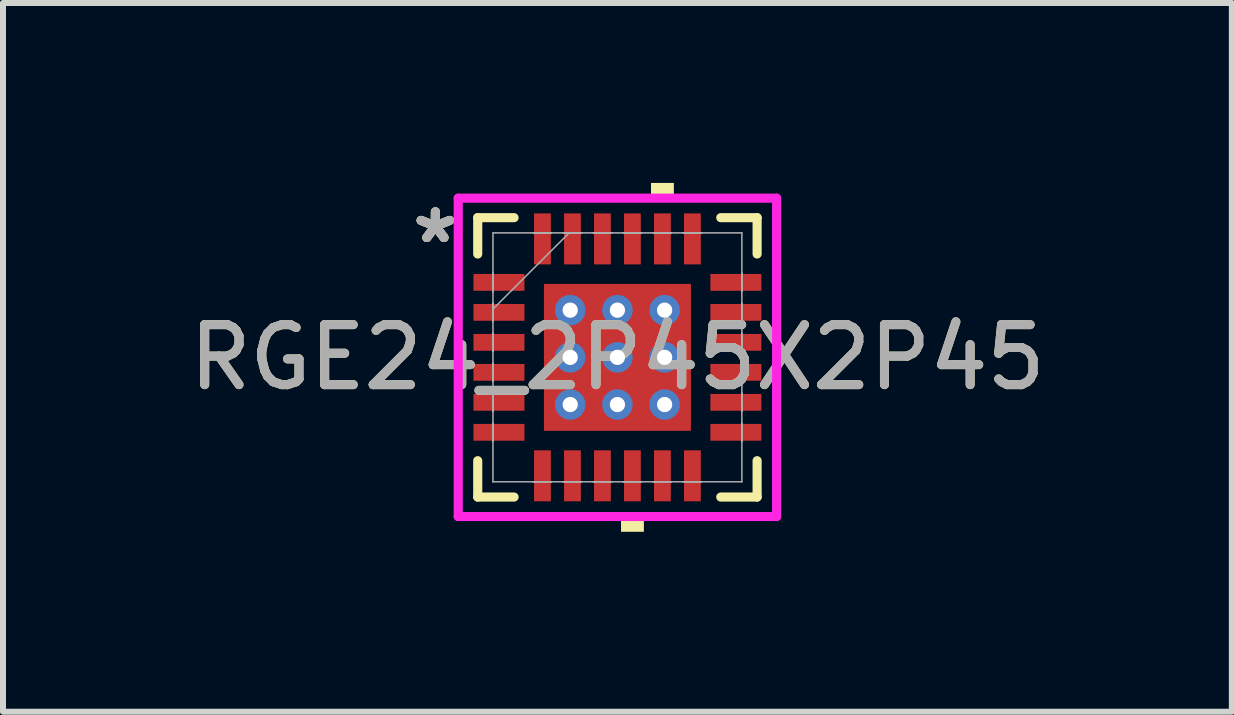
<source format=kicad_pcb>
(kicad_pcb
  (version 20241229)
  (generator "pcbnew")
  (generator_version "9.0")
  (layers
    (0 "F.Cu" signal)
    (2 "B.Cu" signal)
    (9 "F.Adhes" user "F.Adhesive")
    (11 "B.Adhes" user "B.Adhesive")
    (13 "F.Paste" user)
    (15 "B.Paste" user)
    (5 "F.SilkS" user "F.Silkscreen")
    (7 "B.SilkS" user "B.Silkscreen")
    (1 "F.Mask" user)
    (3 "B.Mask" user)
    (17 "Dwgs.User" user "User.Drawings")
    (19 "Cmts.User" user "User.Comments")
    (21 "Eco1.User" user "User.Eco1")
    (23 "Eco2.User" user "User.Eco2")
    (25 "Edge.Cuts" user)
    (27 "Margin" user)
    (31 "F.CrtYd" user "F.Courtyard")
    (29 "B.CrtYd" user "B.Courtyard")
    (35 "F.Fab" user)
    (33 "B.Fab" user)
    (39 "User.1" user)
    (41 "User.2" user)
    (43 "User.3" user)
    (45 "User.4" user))
  (footprint "RGE24_2P45X2P45"
    (layer "F.Cu")
    (at 7.244 2.908)
    (property "Reference" "RGE24_2P45X2P45" (at 0 0 0) (unlocked yes) (layer "F.SilkS") (effects (font (size 1 1) (thickness 0.15))))
    (attr smd)
    (fp_poly (pts (xy -2.47 -1.46) (xy -2.47 -1.04) (xy -1.48 -1.04) (xy -1.48 -1.46)) (stroke (width 0) (type solid)) (fill yes) (layer "F.Mask"))
    (fp_poly (pts (xy -2.47 -0.96) (xy -2.47 -0.54) (xy -1.48 -0.54) (xy -1.48 -0.96)) (stroke (width 0) (type solid)) (fill yes) (layer "F.Mask"))
    (fp_poly (pts (xy -2.47 -0.46) (xy -2.47 -0.04) (xy -1.48 -0.04) (xy -1.48 -0.46)) (stroke (width 0) (type solid)) (fill yes) (layer "F.Mask"))
    (fp_poly (pts (xy -2.47 0.04) (xy -2.47 0.46) (xy -1.48 0.46) (xy -1.48 0.04)) (stroke (width 0) (type solid)) (fill yes) (layer "F.Mask"))
    (fp_poly (pts (xy -2.47 0.54) (xy -2.47 0.96) (xy -1.48 0.96) (xy -1.48 0.54)) (stroke (width 0) (type solid)) (fill yes) (layer "F.Mask"))
    (fp_poly (pts (xy -2.47 1.04) (xy -2.47 1.46) (xy -1.48 1.46) (xy -1.48 1.04)) (stroke (width 0) (type solid)) (fill yes) (layer "F.Mask"))
    (fp_poly (pts (xy -1.46 -2.47) (xy -1.46 -1.48) (xy -1.041 -1.48) (xy -1.041 -2.47)) (stroke (width 0) (type solid)) (fill yes) (layer "F.Mask"))
    (fp_poly (pts (xy -1.46 1.48) (xy -1.46 2.47) (xy -1.041 2.47) (xy -1.041 1.48)) (stroke (width 0) (type solid)) (fill yes) (layer "F.Mask"))
    (fp_poly (pts (xy -1.288 -1.288) (xy -0.987 -1.288) (xy -0.987 1.288) (xy -1.288 1.288)) (stroke (width 0) (type solid)) (fill yes) (layer "F.Mask"))
    (fp_poly (pts (xy -1.288 -1.288) (xy 1.288 -1.288) (xy 1.288 -0.987) (xy -1.288 -0.987)) (stroke (width 0) (type solid)) (fill yes) (layer "F.Mask"))
    (fp_poly (pts (xy -1.288 -0.587) (xy 1.288 -0.587) (xy 1.288 -0.2) (xy -1.288 -0.2)) (stroke (width 0) (type solid)) (fill yes) (layer "F.Mask"))
    (fp_poly (pts (xy -1.288 0.2) (xy 1.288 0.2) (xy 1.288 0.587) (xy -1.288 0.587)) (stroke (width 0) (type solid)) (fill yes) (layer "F.Mask"))
    (fp_poly (pts (xy -1.288 0.987) (xy 1.288 0.987) (xy 1.288 1.288) (xy -1.288 1.288)) (stroke (width 0) (type solid)) (fill yes) (layer "F.Mask"))
    (fp_poly (pts (xy -0.96 -2.47) (xy -0.96 -1.48) (xy -0.541 -1.48) (xy -0.541 -2.47)) (stroke (width 0) (type solid)) (fill yes) (layer "F.Mask"))
    (fp_poly (pts (xy -0.96 1.48) (xy -0.96 2.47) (xy -0.541 2.47) (xy -0.541 1.48)) (stroke (width 0) (type solid)) (fill yes) (layer "F.Mask"))
    (fp_poly (pts (xy -0.46 -2.47) (xy -0.46 -1.48) (xy -0.04 -1.48) (xy -0.04 -2.47)) (stroke (width 0) (type solid)) (fill yes) (layer "F.Mask"))
    (fp_poly (pts (xy -0.46 1.48) (xy -0.46 2.47) (xy -0.04 2.47) (xy -0.04 1.48)) (stroke (width 0) (type solid)) (fill yes) (layer "F.Mask"))
    (fp_poly (pts (xy -0.2 -1.288) (xy -0.587 -1.288) (xy -0.587 1.288) (xy -0.2 1.288)) (stroke (width 0) (type solid)) (fill yes) (layer "F.Mask"))
    (fp_poly (pts (xy 0.04 -2.47) (xy 0.04 -1.48) (xy 0.46 -1.48) (xy 0.46 -2.47)) (stroke (width 0) (type solid)) (fill yes) (layer "F.Mask"))
    (fp_poly (pts (xy 0.04 1.48) (xy 0.04 2.47) (xy 0.46 2.47) (xy 0.46 1.48)) (stroke (width 0) (type solid)) (fill yes) (layer "F.Mask"))
    (fp_poly (pts (xy 0.541 -2.47) (xy 0.541 -1.48) (xy 0.96 -1.48) (xy 0.96 -2.47)) (stroke (width 0) (type solid)) (fill yes) (layer "F.Mask"))
    (fp_poly (pts (xy 0.541 1.48) (xy 0.541 2.47) (xy 0.96 2.47) (xy 0.96 1.48)) (stroke (width 0) (type solid)) (fill yes) (layer "F.Mask"))
    (fp_poly (pts (xy 0.587 -1.288) (xy 0.2 -1.288) (xy 0.2 1.288) (xy 0.587 1.288)) (stroke (width 0) (type solid)) (fill yes) (layer "F.Mask"))
    (fp_poly (pts (xy 0.987 -1.288) (xy 1.288 -1.288) (xy 1.288 1.288) (xy 0.987 1.288)) (stroke (width 0) (type solid)) (fill yes) (layer "F.Mask"))
    (fp_poly (pts (xy 1.041 -2.47) (xy 1.041 -1.48) (xy 1.46 -1.48) (xy 1.46 -2.47)) (stroke (width 0) (type solid)) (fill yes) (layer "F.Mask"))
    (fp_poly (pts (xy 1.041 1.48) (xy 1.041 2.47) (xy 1.46 2.47) (xy 1.46 1.48)) (stroke (width 0) (type solid)) (fill yes) (layer "F.Mask"))
    (fp_poly (pts (xy 1.48 -1.46) (xy 1.48 -1.04) (xy 2.47 -1.04) (xy 2.47 -1.46)) (stroke (width 0) (type solid)) (fill yes) (layer "F.Mask"))
    (fp_poly (pts (xy 1.48 -0.96) (xy 1.48 -0.54) (xy 2.47 -0.54) (xy 2.47 -0.96)) (stroke (width 0) (type solid)) (fill yes) (layer "F.Mask"))
    (fp_poly (pts (xy 1.48 -0.46) (xy 1.48 -0.04) (xy 2.47 -0.04) (xy 2.47 -0.46)) (stroke (width 0) (type solid)) (fill yes) (layer "F.Mask"))
    (fp_poly (pts (xy 1.48 0.04) (xy 1.48 0.46) (xy 2.47 0.46) (xy 2.47 0.04)) (stroke (width 0) (type solid)) (fill yes) (layer "F.Mask"))
    (fp_poly (pts (xy 1.48 0.54) (xy 1.48 0.96) (xy 2.47 0.96) (xy 2.47 0.54)) (stroke (width 0) (type solid)) (fill yes) (layer "F.Mask"))
    (fp_poly (pts (xy 1.48 1.04) (xy 1.48 1.46) (xy 2.47 1.46) (xy 2.47 1.04)) (stroke (width 0) (type solid)) (fill yes) (layer "F.Mask"))
    (fp_line (start -2.329 -2.329) (end -2.329 -1.723) (stroke (width 0.152) (type solid)) (layer "F.SilkS"))
    (fp_line (start -2.329 1.723) (end -2.329 2.329) (stroke (width 0.152) (type solid)) (layer "F.SilkS"))
    (fp_line (start -2.329 2.329) (end -1.723 2.329) (stroke (width 0.152) (type solid)) (layer "F.SilkS"))
    (fp_line (start -1.723 -2.329) (end -2.329 -2.329) (stroke (width 0.152) (type solid)) (layer "F.SilkS"))
    (fp_line (start 1.723 2.329) (end 2.329 2.329) (stroke (width 0.152) (type solid)) (layer "F.SilkS"))
    (fp_line (start 2.329 -2.329) (end 1.723 -2.329) (stroke (width 0.152) (type solid)) (layer "F.SilkS"))
    (fp_line (start 2.329 -1.723) (end 2.329 -2.329) (stroke (width 0.152) (type solid)) (layer "F.SilkS"))
    (fp_line (start 2.329 2.329) (end 2.329 1.723) (stroke (width 0.152) (type solid)) (layer "F.SilkS"))
    (fp_poly (pts (xy 0.06 2.654) (xy 0.06 2.908) (xy 0.441 2.908) (xy 0.441 2.654)) (stroke (width 0) (type solid)) (fill yes) (layer "F.SilkS"))
    (fp_poly (pts (xy 0.56 -2.654) (xy 0.56 -2.908) (xy 0.941 -2.908) (xy 0.941 -2.654)) (stroke (width 0) (type solid)) (fill yes) (layer "F.SilkS"))
    (fp_poly (pts (xy -2.375 -1.365) (xy -2.375 -1.135) (xy -1.575 -1.135) (xy -1.575 -1.365)) (stroke (width 0) (type solid)) (fill yes) (layer "F.Paste"))
    (fp_poly (pts (xy -2.375 -0.865) (xy -2.375 -0.635) (xy -1.575 -0.635) (xy -1.575 -0.865)) (stroke (width 0) (type solid)) (fill yes) (layer "F.Paste"))
    (fp_poly (pts (xy -2.375 -0.365) (xy -2.375 -0.135) (xy -1.575 -0.135) (xy -1.575 -0.365)) (stroke (width 0) (type solid)) (fill yes) (layer "F.Paste"))
    (fp_poly (pts (xy -2.375 0.135) (xy -2.375 0.365) (xy -1.575 0.365) (xy -1.575 0.135)) (stroke (width 0) (type solid)) (fill yes) (layer "F.Paste"))
    (fp_poly (pts (xy -2.375 0.635) (xy -2.375 0.865) (xy -1.575 0.865) (xy -1.575 0.635)) (stroke (width 0) (type solid)) (fill yes) (layer "F.Paste"))
    (fp_poly (pts (xy -2.375 1.135) (xy -2.375 1.365) (xy -1.575 1.365) (xy -1.575 1.135)) (stroke (width 0) (type solid)) (fill yes) (layer "F.Paste"))
    (fp_poly (pts (xy -1.365 -2.375) (xy -1.365 -1.575) (xy -1.135 -1.575) (xy -1.135 -2.375)) (stroke (width 0) (type solid)) (fill yes) (layer "F.Paste"))
    (fp_poly (pts (xy -1.365 1.575) (xy -1.365 2.375) (xy -1.135 2.375) (xy -1.135 1.575)) (stroke (width 0) (type solid)) (fill yes) (layer "F.Paste"))
    (fp_poly (pts (xy -0.865 -2.375) (xy -0.865 -1.575) (xy -0.635 -1.575) (xy -0.635 -2.375)) (stroke (width 0) (type solid)) (fill yes) (layer "F.Paste"))
    (fp_poly (pts (xy -0.865 1.575) (xy -0.865 2.375) (xy -0.635 2.375) (xy -0.635 1.575)) (stroke (width 0) (type solid)) (fill yes) (layer "F.Paste"))
    (fp_poly (pts (xy -0.365 -2.375) (xy -0.365 -1.575) (xy -0.135 -1.575) (xy -0.135 -2.375)) (stroke (width 0) (type solid)) (fill yes) (layer "F.Paste"))
    (fp_poly (pts (xy -0.365 1.575) (xy -0.365 2.375) (xy -0.135 2.375) (xy -0.135 1.575)) (stroke (width 0) (type solid)) (fill yes) (layer "F.Paste"))
    (fp_poly (pts (xy 0.135 -2.375) (xy 0.135 -1.575) (xy 0.365 -1.575) (xy 0.365 -2.375)) (stroke (width 0) (type solid)) (fill yes) (layer "F.Paste"))
    (fp_poly (pts (xy 0.135 1.575) (xy 0.135 2.375) (xy 0.365 2.375) (xy 0.365 1.575)) (stroke (width 0) (type solid)) (fill yes) (layer "F.Paste"))
    (fp_poly (pts (xy 0.635 -2.375) (xy 0.635 -1.575) (xy 0.865 -1.575) (xy 0.865 -2.375)) (stroke (width 0) (type solid)) (fill yes) (layer "F.Paste"))
    (fp_poly (pts (xy 0.635 1.575) (xy 0.635 2.375) (xy 0.865 2.375) (xy 0.865 1.575)) (stroke (width 0) (type solid)) (fill yes) (layer "F.Paste"))
    (fp_poly (pts (xy 1.135 -2.375) (xy 1.135 -1.575) (xy 1.365 -1.575) (xy 1.365 -2.375)) (stroke (width 0) (type solid)) (fill yes) (layer "F.Paste"))
    (fp_poly (pts (xy 1.135 1.575) (xy 1.135 2.375) (xy 1.365 2.375) (xy 1.365 1.575)) (stroke (width 0) (type solid)) (fill yes) (layer "F.Paste"))
    (fp_poly (pts (xy 1.575 -1.365) (xy 1.575 -1.135) (xy 2.375 -1.135) (xy 2.375 -1.365)) (stroke (width 0) (type solid)) (fill yes) (layer "F.Paste"))
    (fp_poly (pts (xy 1.575 -0.865) (xy 1.575 -0.635) (xy 2.375 -0.635) (xy 2.375 -0.865)) (stroke (width 0) (type solid)) (fill yes) (layer "F.Paste"))
    (fp_poly (pts (xy 1.575 -0.365) (xy 1.575 -0.135) (xy 2.375 -0.135) (xy 2.375 -0.365)) (stroke (width 0) (type solid)) (fill yes) (layer "F.Paste"))
    (fp_poly (pts (xy 1.575 0.135) (xy 1.575 0.365) (xy 2.375 0.365) (xy 2.375 0.135)) (stroke (width 0) (type solid)) (fill yes) (layer "F.Paste"))
    (fp_poly (pts (xy 1.575 0.635) (xy 1.575 0.865) (xy 2.375 0.865) (xy 2.375 0.635)) (stroke (width 0) (type solid)) (fill yes) (layer "F.Paste"))
    (fp_poly (pts (xy 1.575 1.135) (xy 1.575 1.365) (xy 2.375 1.365) (xy 2.375 1.135)) (stroke (width 0) (type solid)) (fill yes) (layer "F.Paste"))
    (fp_poly (pts (xy -1.15 -1.15) (xy -1.15 -0.887) (xy -1.029 -0.887) (xy -0.887 -1.029) (xy -0.887 -1.15)) (stroke (width 0) (type solid)) (fill yes) (layer "F.Paste"))
    (fp_poly (pts (xy -1.15 0.887) (xy -1.15 1.15) (xy -0.887 1.15) (xy -0.887 1.029) (xy -1.029 0.887)) (stroke (width 0) (type solid)) (fill yes) (layer "F.Paste"))
    (fp_poly (pts (xy 0.887 -1.15) (xy 0.887 -1.029) (xy 1.029 -0.887) (xy 1.15 -0.887) (xy 1.15 -1.15)) (stroke (width 0) (type solid)) (fill yes) (layer "F.Paste"))
    (fp_poly (pts (xy 1.029 0.887) (xy 0.887 1.029) (xy 0.887 1.15) (xy 1.15 1.15) (xy 1.15 0.887)) (stroke (width 0) (type solid)) (fill yes) (layer "F.Paste"))
    (fp_poly (pts (xy -1.15 -0.687) (xy -1.15 -0.1) (xy -1.029 -0.1) (xy -0.887 -0.241) (xy -0.887 -0.546) (xy -1.029 -0.687)) (stroke (width 0) (type solid)) (fill yes) (layer "F.Paste"))
    (fp_poly (pts (xy -1.15 0.1) (xy -1.15 0.687) (xy -1.029 0.687) (xy -0.887 0.546) (xy -0.887 0.241) (xy -1.029 0.1)) (stroke (width 0) (type solid)) (fill yes) (layer "F.Paste"))
    (fp_poly (pts (xy -0.687 -1.15) (xy -0.687 -1.029) (xy -0.546 -0.887) (xy -0.241 -0.887) (xy -0.1 -1.029) (xy -0.1 -1.15)) (stroke (width 0) (type solid)) (fill yes) (layer "F.Paste"))
    (fp_poly (pts (xy -0.546 0.887) (xy -0.687 1.029) (xy -0.687 1.15) (xy -0.1 1.15) (xy -0.1 1.029) (xy -0.241 0.887)) (stroke (width 0) (type solid)) (fill yes) (layer "F.Paste"))
    (fp_poly (pts (xy 0.1 -1.15) (xy 0.1 -1.029) (xy 0.241 -0.887) (xy 0.546 -0.887) (xy 0.687 -1.029) (xy 0.687 -1.15)) (stroke (width 0) (type solid)) (fill yes) (layer "F.Paste"))
    (fp_poly (pts (xy 0.241 0.887) (xy 0.1 1.029) (xy 0.1 1.15) (xy 0.687 1.15) (xy 0.687 1.029) (xy 0.546 0.887)) (stroke (width 0) (type solid)) (fill yes) (layer "F.Paste"))
    (fp_poly (pts (xy 1.029 -0.687) (xy 0.887 -0.546) (xy 0.887 -0.241) (xy 1.029 -0.1) (xy 1.15 -0.1) (xy 1.15 -0.687)) (stroke (width 0) (type solid)) (fill yes) (layer "F.Paste"))
    (fp_poly (pts (xy 1.029 0.1) (xy 0.887 0.241) (xy 0.887 0.546) (xy 1.029 0.687) (xy 1.15 0.687) (xy 1.15 0.1)) (stroke (width 0) (type solid)) (fill yes) (layer "F.Paste"))
    (fp_poly (pts (xy -0.546 -0.687) (xy -0.687 -0.546) (xy -0.687 -0.241) (xy -0.546 -0.1) (xy -0.241 -0.1) (xy -0.1 -0.241) (xy -0.1 -0.546) (xy -0.241 -0.687)) (stroke (width 0) (type solid)) (fill yes) (layer "F.Paste"))
    (fp_poly (pts (xy -0.546 0.1) (xy -0.687 0.241) (xy -0.687 0.546) (xy -0.546 0.687) (xy -0.241 0.687) (xy -0.1 0.546) (xy -0.1 0.241) (xy -0.241 0.1)) (stroke (width 0) (type solid)) (fill yes) (layer "F.Paste"))
    (fp_poly (pts (xy 0.241 -0.687) (xy 0.1 -0.546) (xy 0.1 -0.241) (xy 0.241 -0.1) (xy 0.546 -0.1) (xy 0.687 -0.241) (xy 0.687 -0.546) (xy 0.546 -0.687)) (stroke (width 0) (type solid)) (fill yes) (layer "F.Paste"))
    (fp_poly (pts (xy 0.241 0.1) (xy 0.1 0.241) (xy 0.1 0.546) (xy 0.241 0.687) (xy 0.546 0.687) (xy 0.687 0.546) (xy 0.687 0.241) (xy 0.546 0.1)) (stroke (width 0) (type solid)) (fill yes) (layer "F.Paste"))
    (fp_line (start -2.654 -2.654) (end 2.654 -2.654) (stroke (width 0.152) (type solid)) (layer "F.CrtYd"))
    (fp_line (start -2.654 2.654) (end -2.654 -2.654) (stroke (width 0.152) (type solid)) (layer "F.CrtYd"))
    (fp_line (start 2.654 -2.654) (end 2.654 2.654) (stroke (width 0.152) (type solid)) (layer "F.CrtYd"))
    (fp_line (start 2.654 2.654) (end -2.654 2.654) (stroke (width 0.152) (type solid)) (layer "F.CrtYd"))
    (fp_line (start -2.075 -2.075) (end -2.075 2.075) (stroke (width 0.025) (type solid)) (layer "F.Fab"))
    (fp_line (start -2.075 -1.4) (end -2.075 -1.4) (stroke (width 0.025) (type solid)) (layer "F.Fab"))
    (fp_line (start -2.075 -1.4) (end -2.075 -1.1) (stroke (width 0.025) (type solid)) (layer "F.Fab"))
    (fp_line (start -2.075 -1.1) (end -2.075 -1.4) (stroke (width 0.025) (type solid)) (layer "F.Fab"))
    (fp_line (start -2.075 -1.1) (end -2.075 -1.1) (stroke (width 0.025) (type solid)) (layer "F.Fab"))
    (fp_line (start -2.075 -0.9) (end -2.075 -0.9) (stroke (width 0.025) (type solid)) (layer "F.Fab"))
    (fp_line (start -2.075 -0.9) (end -2.075 -0.6) (stroke (width 0.025) (type solid)) (layer "F.Fab"))
    (fp_line (start -2.075 -0.805) (end -0.805 -2.075) (stroke (width 0.025) (type solid)) (layer "F.Fab"))
    (fp_line (start -2.075 -0.6) (end -2.075 -0.9) (stroke (width 0.025) (type solid)) (layer "F.Fab"))
    (fp_line (start -2.075 -0.6) (end -2.075 -0.6) (stroke (width 0.025) (type solid)) (layer "F.Fab"))
    (fp_line (start -2.075 -0.4) (end -2.075 -0.4) (stroke (width 0.025) (type solid)) (layer "F.Fab"))
    (fp_line (start -2.075 -0.4) (end -2.075 -0.1) (stroke (width 0.025) (type solid)) (layer "F.Fab"))
    (fp_line (start -2.075 -0.1) (end -2.075 -0.4) (stroke (width 0.025) (type solid)) (layer "F.Fab"))
    (fp_line (start -2.075 -0.1) (end -2.075 -0.1) (stroke (width 0.025) (type solid)) (layer "F.Fab"))
    (fp_line (start -2.075 0.1) (end -2.075 0.1) (stroke (width 0.025) (type solid)) (layer "F.Fab"))
    (fp_line (start -2.075 0.1) (end -2.075 0.4) (stroke (width 0.025) (type solid)) (layer "F.Fab"))
    (fp_line (start -2.075 0.4) (end -2.075 0.1) (stroke (width 0.025) (type solid)) (layer "F.Fab"))
    (fp_line (start -2.075 0.4) (end -2.075 0.4) (stroke (width 0.025) (type solid)) (layer "F.Fab"))
    (fp_line (start -2.075 0.6) (end -2.075 0.6) (stroke (width 0.025) (type solid)) (layer "F.Fab"))
    (fp_line (start -2.075 0.6) (end -2.075 0.9) (stroke (width 0.025) (type solid)) (layer "F.Fab"))
    (fp_line (start -2.075 0.9) (end -2.075 0.6) (stroke (width 0.025) (type solid)) (layer "F.Fab"))
    (fp_line (start -2.075 0.9) (end -2.075 0.9) (stroke (width 0.025) (type solid)) (layer "F.Fab"))
    (fp_line (start -2.075 1.1) (end -2.075 1.1) (stroke (width 0.025) (type solid)) (layer "F.Fab"))
    (fp_line (start -2.075 1.1) (end -2.075 1.4) (stroke (width 0.025) (type solid)) (layer "F.Fab"))
    (fp_line (start -2.075 1.4) (end -2.075 1.1) (stroke (width 0.025) (type solid)) (layer "F.Fab"))
    (fp_line (start -2.075 1.4) (end -2.075 1.4) (stroke (width 0.025) (type solid)) (layer "F.Fab"))
    (fp_line (start -2.075 2.075) (end 2.075 2.075) (stroke (width 0.025) (type solid)) (layer "F.Fab"))
    (fp_line (start -1.4 -2.075) (end -1.4 -2.075) (stroke (width 0.025) (type solid)) (layer "F.Fab"))
    (fp_line (start -1.4 -2.075) (end -1.1 -2.075) (stroke (width 0.025) (type solid)) (layer "F.Fab"))
    (fp_line (start -1.4 2.075) (end -1.4 2.075) (stroke (width 0.025) (type solid)) (layer "F.Fab"))
    (fp_line (start -1.4 2.075) (end -1.1 2.075) (stroke (width 0.025) (type solid)) (layer "F.Fab"))
    (fp_line (start -1.1 -2.075) (end -1.4 -2.075) (stroke (width 0.025) (type solid)) (layer "F.Fab"))
    (fp_line (start -1.1 -2.075) (end -1.1 -2.075) (stroke (width 0.025) (type solid)) (layer "F.Fab"))
    (fp_line (start -1.1 2.075) (end -1.4 2.075) (stroke (width 0.025) (type solid)) (layer "F.Fab"))
    (fp_line (start -1.1 2.075) (end -1.1 2.075) (stroke (width 0.025) (type solid)) (layer "F.Fab"))
    (fp_line (start -0.9 -2.075) (end -0.9 -2.075) (stroke (width 0.025) (type solid)) (layer "F.Fab"))
    (fp_line (start -0.9 -2.075) (end -0.6 -2.075) (stroke (width 0.025) (type solid)) (layer "F.Fab"))
    (fp_line (start -0.9 2.075) (end -0.9 2.075) (stroke (width 0.025) (type solid)) (layer "F.Fab"))
    (fp_line (start -0.9 2.075) (end -0.6 2.075) (stroke (width 0.025) (type solid)) (layer "F.Fab"))
    (fp_line (start -0.6 -2.075) (end -0.9 -2.075) (stroke (width 0.025) (type solid)) (layer "F.Fab"))
    (fp_line (start -0.6 -2.075) (end -0.6 -2.075) (stroke (width 0.025) (type solid)) (layer "F.Fab"))
    (fp_line (start -0.6 2.075) (end -0.9 2.075) (stroke (width 0.025) (type solid)) (layer "F.Fab"))
    (fp_line (start -0.6 2.075) (end -0.6 2.075) (stroke (width 0.025) (type solid)) (layer "F.Fab"))
    (fp_line (start -0.4 -2.075) (end -0.4 -2.075) (stroke (width 0.025) (type solid)) (layer "F.Fab"))
    (fp_line (start -0.4 -2.075) (end -0.1 -2.075) (stroke (width 0.025) (type solid)) (layer "F.Fab"))
    (fp_line (start -0.4 2.075) (end -0.4 2.075) (stroke (width 0.025) (type solid)) (layer "F.Fab"))
    (fp_line (start -0.4 2.075) (end -0.1 2.075) (stroke (width 0.025) (type solid)) (layer "F.Fab"))
    (fp_line (start -0.1 -2.075) (end -0.4 -2.075) (stroke (width 0.025) (type solid)) (layer "F.Fab"))
    (fp_line (start -0.1 -2.075) (end -0.1 -2.075) (stroke (width 0.025) (type solid)) (layer "F.Fab"))
    (fp_line (start -0.1 2.075) (end -0.4 2.075) (stroke (width 0.025) (type solid)) (layer "F.Fab"))
    (fp_line (start -0.1 2.075) (end -0.1 2.075) (stroke (width 0.025) (type solid)) (layer "F.Fab"))
    (fp_line (start 0.1 -2.075) (end 0.1 -2.075) (stroke (width 0.025) (type solid)) (layer "F.Fab"))
    (fp_line (start 0.1 -2.075) (end 0.4 -2.075) (stroke (width 0.025) (type solid)) (layer "F.Fab"))
    (fp_line (start 0.1 2.075) (end 0.1 2.075) (stroke (width 0.025) (type solid)) (layer "F.Fab"))
    (fp_line (start 0.1 2.075) (end 0.4 2.075) (stroke (width 0.025) (type solid)) (layer "F.Fab"))
    (fp_line (start 0.4 -2.075) (end 0.1 -2.075) (stroke (width 0.025) (type solid)) (layer "F.Fab"))
    (fp_line (start 0.4 -2.075) (end 0.4 -2.075) (stroke (width 0.025) (type solid)) (layer "F.Fab"))
    (fp_line (start 0.4 2.075) (end 0.1 2.075) (stroke (width 0.025) (type solid)) (layer "F.Fab"))
    (fp_line (start 0.4 2.075) (end 0.4 2.075) (stroke (width 0.025) (type solid)) (layer "F.Fab"))
    (fp_line (start 0.6 -2.075) (end 0.6 -2.075) (stroke (width 0.025) (type solid)) (layer "F.Fab"))
    (fp_line (start 0.6 -2.075) (end 0.9 -2.075) (stroke (width 0.025) (type solid)) (layer "F.Fab"))
    (fp_line (start 0.6 2.075) (end 0.6 2.075) (stroke (width 0.025) (type solid)) (layer "F.Fab"))
    (fp_line (start 0.6 2.075) (end 0.9 2.075) (stroke (width 0.025) (type solid)) (layer "F.Fab"))
    (fp_line (start 0.9 -2.075) (end 0.6 -2.075) (stroke (width 0.025) (type solid)) (layer "F.Fab"))
    (fp_line (start 0.9 -2.075) (end 0.9 -2.075) (stroke (width 0.025) (type solid)) (layer "F.Fab"))
    (fp_line (start 0.9 2.075) (end 0.6 2.075) (stroke (width 0.025) (type solid)) (layer "F.Fab"))
    (fp_line (start 0.9 2.075) (end 0.9 2.075) (stroke (width 0.025) (type solid)) (layer "F.Fab"))
    (fp_line (start 1.1 -2.075) (end 1.1 -2.075) (stroke (width 0.025) (type solid)) (layer "F.Fab"))
    (fp_line (start 1.1 -2.075) (end 1.4 -2.075) (stroke (width 0.025) (type solid)) (layer "F.Fab"))
    (fp_line (start 1.1 2.075) (end 1.1 2.075) (stroke (width 0.025) (type solid)) (layer "F.Fab"))
    (fp_line (start 1.1 2.075) (end 1.4 2.075) (stroke (width 0.025) (type solid)) (layer "F.Fab"))
    (fp_line (start 1.4 -2.075) (end 1.1 -2.075) (stroke (width 0.025) (type solid)) (layer "F.Fab"))
    (fp_line (start 1.4 -2.075) (end 1.4 -2.075) (stroke (width 0.025) (type solid)) (layer "F.Fab"))
    (fp_line (start 1.4 2.075) (end 1.1 2.075) (stroke (width 0.025) (type solid)) (layer "F.Fab"))
    (fp_line (start 1.4 2.075) (end 1.4 2.075) (stroke (width 0.025) (type solid)) (layer "F.Fab"))
    (fp_line (start 2.075 -2.075) (end -2.075 -2.075) (stroke (width 0.025) (type solid)) (layer "F.Fab"))
    (fp_line (start 2.075 -1.4) (end 2.075 -1.4) (stroke (width 0.025) (type solid)) (layer "F.Fab"))
    (fp_line (start 2.075 -1.4) (end 2.075 -1.1) (stroke (width 0.025) (type solid)) (layer "F.Fab"))
    (fp_line (start 2.075 -1.1) (end 2.075 -1.4) (stroke (width 0.025) (type solid)) (layer "F.Fab"))
    (fp_line (start 2.075 -1.1) (end 2.075 -1.1) (stroke (width 0.025) (type solid)) (layer "F.Fab"))
    (fp_line (start 2.075 -0.9) (end 2.075 -0.9) (stroke (width 0.025) (type solid)) (layer "F.Fab"))
    (fp_line (start 2.075 -0.9) (end 2.075 -0.6) (stroke (width 0.025) (type solid)) (layer "F.Fab"))
    (fp_line (start 2.075 -0.6) (end 2.075 -0.9) (stroke (width 0.025) (type solid)) (layer "F.Fab"))
    (fp_line (start 2.075 -0.6) (end 2.075 -0.6) (stroke (width 0.025) (type solid)) (layer "F.Fab"))
    (fp_line (start 2.075 -0.4) (end 2.075 -0.4) (stroke (width 0.025) (type solid)) (layer "F.Fab"))
    (fp_line (start 2.075 -0.4) (end 2.075 -0.1) (stroke (width 0.025) (type solid)) (layer "F.Fab"))
    (fp_line (start 2.075 -0.1) (end 2.075 -0.4) (stroke (width 0.025) (type solid)) (layer "F.Fab"))
    (fp_line (start 2.075 -0.1) (end 2.075 -0.1) (stroke (width 0.025) (type solid)) (layer "F.Fab"))
    (fp_line (start 2.075 0.1) (end 2.075 0.1) (stroke (width 0.025) (type solid)) (layer "F.Fab"))
    (fp_line (start 2.075 0.1) (end 2.075 0.4) (stroke (width 0.025) (type solid)) (layer "F.Fab"))
    (fp_line (start 2.075 0.4) (end 2.075 0.1) (stroke (width 0.025) (type solid)) (layer "F.Fab"))
    (fp_line (start 2.075 0.4) (end 2.075 0.4) (stroke (width 0.025) (type solid)) (layer "F.Fab"))
    (fp_line (start 2.075 0.6) (end 2.075 0.6) (stroke (width 0.025) (type solid)) (layer "F.Fab"))
    (fp_line (start 2.075 0.6) (end 2.075 0.9) (stroke (width 0.025) (type solid)) (layer "F.Fab"))
    (fp_line (start 2.075 0.9) (end 2.075 0.6) (stroke (width 0.025) (type solid)) (layer "F.Fab"))
    (fp_line (start 2.075 0.9) (end 2.075 0.9) (stroke (width 0.025) (type solid)) (layer "F.Fab"))
    (fp_line (start 2.075 1.1) (end 2.075 1.1) (stroke (width 0.025) (type solid)) (layer "F.Fab"))
    (fp_line (start 2.075 1.1) (end 2.075 1.4) (stroke (width 0.025) (type solid)) (layer "F.Fab"))
    (fp_line (start 2.075 1.4) (end 2.075 1.1) (stroke (width 0.025) (type solid)) (layer "F.Fab"))
    (fp_line (start 2.075 1.4) (end 2.075 1.4) (stroke (width 0.025) (type solid)) (layer "F.Fab"))
    (fp_line (start 2.075 2.075) (end 2.075 -2.075) (stroke (width 0.025) (type solid)) (layer "F.Fab"))
    (fp_text user "*" (at -3.035 -1.881 0) (unlocked yes) (layer "F.SilkS") (effects (font (size 1 1) (thickness 0.15))))
    (fp_text user "*" (at -3.035 -1.881 0) (layer "F.SilkS") (effects (font (size 1 1) (thickness 0.15))))
    (fp_text user "${REFERENCE}" (at 0 0 0) (unlocked yes) (layer "F.Fab") (effects (font (size 1 1) (thickness 0.15))))
    (fp_text user "*" (at -3.035 -1.881 0) (unlocked yes) (layer "F.Fab") (effects (font (size 1 1) (thickness 0.15))))
    (fp_text user "*" (at -3.035 -1.881 0) (layer "F.Fab") (effects (font (size 1 1) (thickness 0.15))))
    (pad "1" smd rect (at -1.975 -1.25 90) (size 0.28 0.85) (layers "F.Cu" "F.Mask"))
    (pad "2" smd rect (at -1.975 -0.75 90) (size 0.28 0.85) (layers "F.Cu" "F.Mask"))
    (pad "3" smd rect (at -1.975 -0.25 90) (size 0.28 0.85) (layers "F.Cu" "F.Mask"))
    (pad "4" smd rect (at -1.975 0.25 90) (size 0.28 0.85) (layers "F.Cu" "F.Mask"))
    (pad "5" smd rect (at -1.975 0.75 90) (size 0.28 0.85) (layers "F.Cu" "F.Mask"))
    (pad "6" smd rect (at -1.975 1.25 90) (size 0.28 0.85) (layers "F.Cu" "F.Mask"))
    (pad "7" smd rect (at -1.25 1.975) (size 0.28 0.85) (layers "F.Cu" "F.Mask"))
    (pad "8" smd rect (at -0.75 1.975) (size 0.28 0.85) (layers "F.Cu" "F.Mask"))
    (pad "9" smd rect (at -0.25 1.975) (size 0.28 0.85) (layers "F.Cu" "F.Mask"))
    (pad "10" smd rect (at 0.25 1.975) (size 0.28 0.85) (layers "F.Cu" "F.Mask"))
    (pad "11" smd rect (at 0.75 1.975) (size 0.28 0.85) (layers "F.Cu" "F.Mask"))
    (pad "12" smd rect (at 1.25 1.975) (size 0.28 0.85) (layers "F.Cu" "F.Mask"))
    (pad "13" smd rect (at 1.975 1.25 90) (size 0.28 0.85) (layers "F.Cu" "F.Mask"))
    (pad "14" smd rect (at 1.975 0.75 90) (size 0.28 0.85) (layers "F.Cu" "F.Mask"))
    (pad "15" smd rect (at 1.975 0.25 90) (size 0.28 0.85) (layers "F.Cu" "F.Mask"))
    (pad "16" smd rect (at 1.975 -0.25 90) (size 0.28 0.85) (layers "F.Cu" "F.Mask"))
    (pad "17" smd rect (at 1.975 -0.75 90) (size 0.28 0.85) (layers "F.Cu" "F.Mask"))
    (pad "18" smd rect (at 1.975 -1.25 90) (size 0.28 0.85) (layers "F.Cu" "F.Mask"))
    (pad "19" smd rect (at 1.25 -1.975) (size 0.28 0.85) (layers "F.Cu" "F.Mask"))
    (pad "20" smd rect (at 0.75 -1.975) (size 0.28 0.85) (layers "F.Cu" "F.Mask"))
    (pad "21" smd rect (at 0.25 -1.975) (size 0.28 0.85) (layers "F.Cu" "F.Mask"))
    (pad "22" smd rect (at -0.25 -1.975) (size 0.28 0.85) (layers "F.Cu" "F.Mask"))
    (pad "23" smd rect (at -0.75 -1.975) (size 0.28 0.85) (layers "F.Cu" "F.Mask"))
    (pad "24" smd rect (at -1.25 -1.975) (size 0.28 0.85) (layers "F.Cu" "F.Mask"))
    (pad "25" smd rect (at 0 0) (size 2.45 2.45) (layers "F.Cu"))
    (pad "V" thru_hole circle (at -0.787 -0.787) (size 0.508 0.508) (drill 0.254) (layers "*.Cu" "*.Mask"))
    (pad "V" thru_hole circle (at -0.787 0) (size 0.508 0.508) (drill 0.254) (layers "*.Cu" "*.Mask"))
    (pad "V" thru_hole circle (at -0.787 0.787) (size 0.508 0.508) (drill 0.254) (layers "*.Cu" "*.Mask"))
    (pad "V" thru_hole circle (at 0 -0.787) (size 0.508 0.508) (drill 0.254) (layers "*.Cu" "*.Mask"))
    (pad "V" thru_hole circle (at 0 0) (size 0.508 0.508) (drill 0.254) (layers "*.Cu" "*.Mask"))
    (pad "V" thru_hole circle (at 0 0.787) (size 0.508 0.508) (drill 0.254) (layers "*.Cu" "*.Mask"))
    (pad "V" thru_hole circle (at 0.787 -0.787) (size 0.508 0.508) (drill 0.254) (layers "*.Cu" "*.Mask"))
    (pad "V" thru_hole circle (at 0.787 0) (size 0.508 0.508) (drill 0.254) (layers "*.Cu" "*.Mask"))
    (pad "V" thru_hole circle (at 0.787 0.787) (size 0.508 0.508) (drill 0.254) (layers "*.Cu" "*.Mask")))
  (gr_rect
    (start -3 -3)
    (end 17.488 8.816)
    (stroke (width 0.1) (type default))
    (fill no)
    (layer "Edge.Cuts")))
</source>
